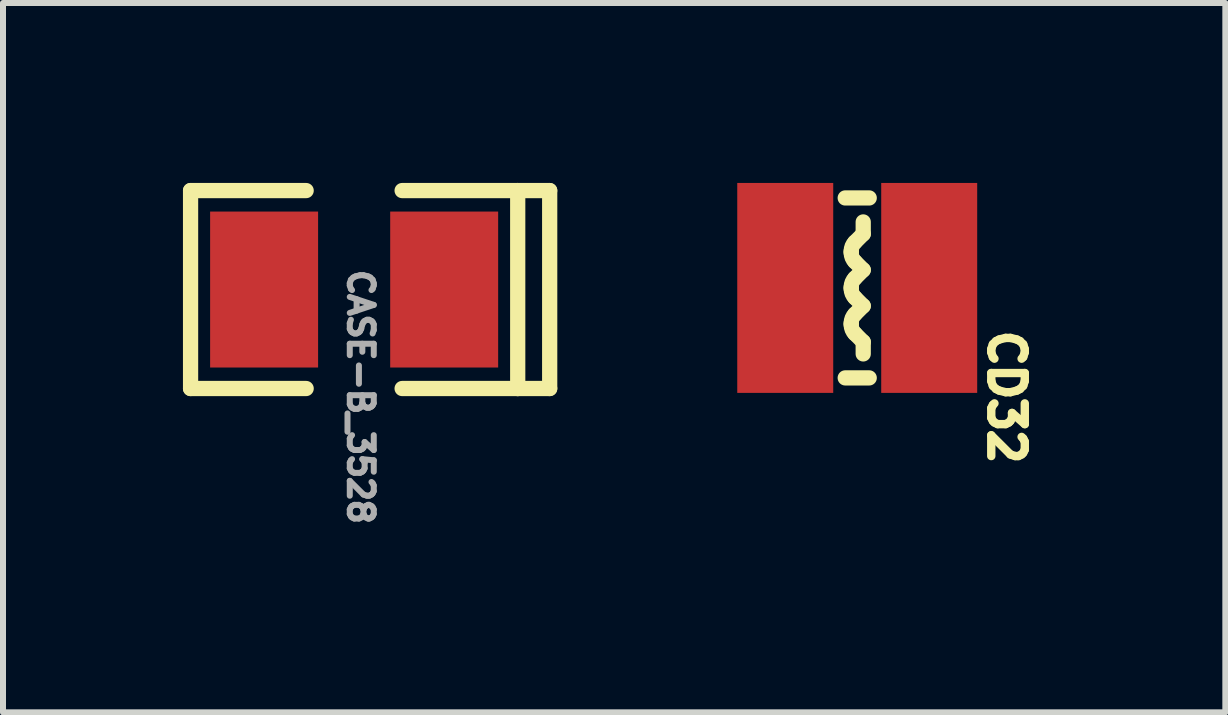
<source format=kicad_pcb>
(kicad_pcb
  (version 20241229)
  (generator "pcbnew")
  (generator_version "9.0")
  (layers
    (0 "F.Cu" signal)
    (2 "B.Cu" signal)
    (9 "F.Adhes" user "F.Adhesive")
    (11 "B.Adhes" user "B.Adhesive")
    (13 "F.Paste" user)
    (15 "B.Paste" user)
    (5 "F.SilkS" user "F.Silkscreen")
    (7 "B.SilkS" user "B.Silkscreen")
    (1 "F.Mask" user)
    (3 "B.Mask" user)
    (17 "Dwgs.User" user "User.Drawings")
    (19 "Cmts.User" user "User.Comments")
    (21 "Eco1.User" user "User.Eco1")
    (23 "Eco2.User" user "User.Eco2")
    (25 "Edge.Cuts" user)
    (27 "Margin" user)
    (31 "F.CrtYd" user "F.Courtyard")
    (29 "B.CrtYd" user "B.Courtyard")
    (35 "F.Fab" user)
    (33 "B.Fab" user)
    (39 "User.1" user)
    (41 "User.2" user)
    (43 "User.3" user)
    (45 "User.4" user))
  (footprint "CASE-B_3528"
    (layer "F.Cu")
    (at 2.854 1.777)
    (property "Reference" "CASE-B_3528" (at -0.127 -0.381 270) (unlocked yes) (layer "F.Fab") (effects (font (size 0.4 0.4) (thickness 0.1)) (justify left bottom)))
    (fp_line (start -2.727 -1.65) (end -0.8 -1.65) (stroke (width 0.254) (type default)) (layer "F.SilkS"))
    (fp_line (start -2.727 1.65) (end -2.727 -1.65) (stroke (width 0.254) (type default)) (layer "F.SilkS"))
    (fp_line (start -0.8 1.65) (end -2.727 1.65) (stroke (width 0.254) (type default)) (layer "F.SilkS"))
    (fp_line (start 0.8 -1.65) (end 2.727 -1.65) (stroke (width 0.254) (type default)) (layer "F.SilkS"))
    (fp_line (start 0.8 1.65) (end 2.727 1.65) (stroke (width 0.254) (type default)) (layer "F.SilkS"))
    (fp_line (start 2.727 -1.65) (end 2.727 1.65) (stroke (width 0.254) (type default)) (layer "F.SilkS"))
    (fp_line (start 2.727 1.65) (end 3.26 1.65) (stroke (width 0.254) (type default)) (layer "F.SilkS"))
    (fp_line (start 3.26 -1.65) (end 2.727 -1.65) (stroke (width 0.254) (type default)) (layer "F.SilkS"))
    (fp_line (start 3.26 1.65) (end 3.26 -1.65) (stroke (width 0.254) (type default)) (layer "F.SilkS"))
    (pad "1" smd rect (at 1.501 0 180) (size 1.8 2.6) (layers "F.Cu" "F.Mask" "F.Paste"))
    (pad "2" smd rect (at -1.501 0 180) (size 1.8 2.6) (layers "F.Cu" "F.Mask" "F.Paste")))
  (footprint "CD32"
    (layer "F.Cu")
    (at 11.241 1.75)
    (property "Reference" "CD32" (at 2.159 0.635 270) (unlocked yes) (layer "F.SilkS") (effects (font (size 0.559 0.559) (thickness 0.203)) (justify left bottom)))
    (fp_line (start -0.1 -0.583) (end -0.1 -0.617) (stroke (width 0.254) (type solid)) (layer "F.SilkS"))
    (fp_line (start -0.1 0.017) (end -0.1 -0.017) (stroke (width 0.254) (type solid)) (layer "F.SilkS"))
    (fp_line (start -0.1 0.617) (end -0.1 0.583) (stroke (width 0.254) (type solid)) (layer "F.SilkS"))
    (fp_line (start -0.041 -0.759) (end 0.1 -0.9) (stroke (width 0.254) (type solid)) (layer "F.SilkS"))
    (fp_line (start -0.041 -0.159) (end 0.1 -0.3) (stroke (width 0.254) (type solid)) (layer "F.SilkS"))
    (fp_line (start -0.041 0.441) (end 0.1 0.3) (stroke (width 0.254) (type solid)) (layer "F.SilkS"))
    (fp_line (start 0.1 -0.9) (end 0.1 -1.1) (stroke (width 0.254) (type solid)) (layer "F.SilkS"))
    (fp_line (start 0.1 -0.3) (end -0.041 -0.441) (stroke (width 0.254) (type solid)) (layer "F.SilkS"))
    (fp_line (start 0.1 0.3) (end -0.041 0.159) (stroke (width 0.254) (type solid)) (layer "F.SilkS"))
    (fp_line (start 0.1 0.9) (end -0.041 0.759) (stroke (width 0.254) (type solid)) (layer "F.SilkS"))
    (fp_line (start 0.1 1.1) (end 0.1 0.9) (stroke (width 0.254) (type solid)) (layer "F.SilkS"))
    (fp_line (start 0.2 -1.5) (end -0.2 -1.5) (stroke (width 0.254) (type solid)) (layer "F.SilkS"))
    (fp_line (start 0.2 1.5) (end -0.2 1.5) (stroke (width 0.254) (type solid)) (layer "F.SilkS"))
    (fp_arc (start -0.1 -0.6172) (mid -0.084762 -0.693727) (end -0.0414 -0.758599) (stroke (width 0.254) (type solid)) (layer "F.SilkS"))
    (fp_arc (start -0.1 -0.0172) (mid -0.084762 -0.093727) (end -0.0414 -0.158599) (stroke (width 0.254) (type solid)) (layer "F.SilkS"))
    (fp_arc (start -0.1 0.5828) (mid -0.084762 0.506273) (end -0.041401 0.4414) (stroke (width 0.254) (type solid)) (layer "F.SilkS"))
    (fp_arc (start -0.0414 -0.4414) (mid -0.084761 -0.506272) (end -0.1 -0.582799) (stroke (width 0.254) (type solid)) (layer "F.SilkS"))
    (fp_arc (start -0.0414 0.1586) (mid -0.084761 0.093728) (end -0.1 0.017201) (stroke (width 0.254) (type solid)) (layer "F.SilkS"))
    (fp_arc (start -0.0414 0.7586) (mid -0.084761 0.693728) (end -0.1 0.617201) (stroke (width 0.254) (type solid)) (layer "F.SilkS"))
    (pad "1" smd rect (at -1.2 0 90) (size 3.5 1.6) (layers "F.Cu" "F.Mask" "F.Paste"))
    (pad "2" smd rect (at 1.2 0 90) (size 3.5 1.6) (layers "F.Cu" "F.Mask" "F.Paste")))
  (gr_rect
    (start -3 -3)
    (end 17.378 8.826)
    (stroke (width 0.1) (type default))
    (fill no)
    (layer "Edge.Cuts")))
</source>
